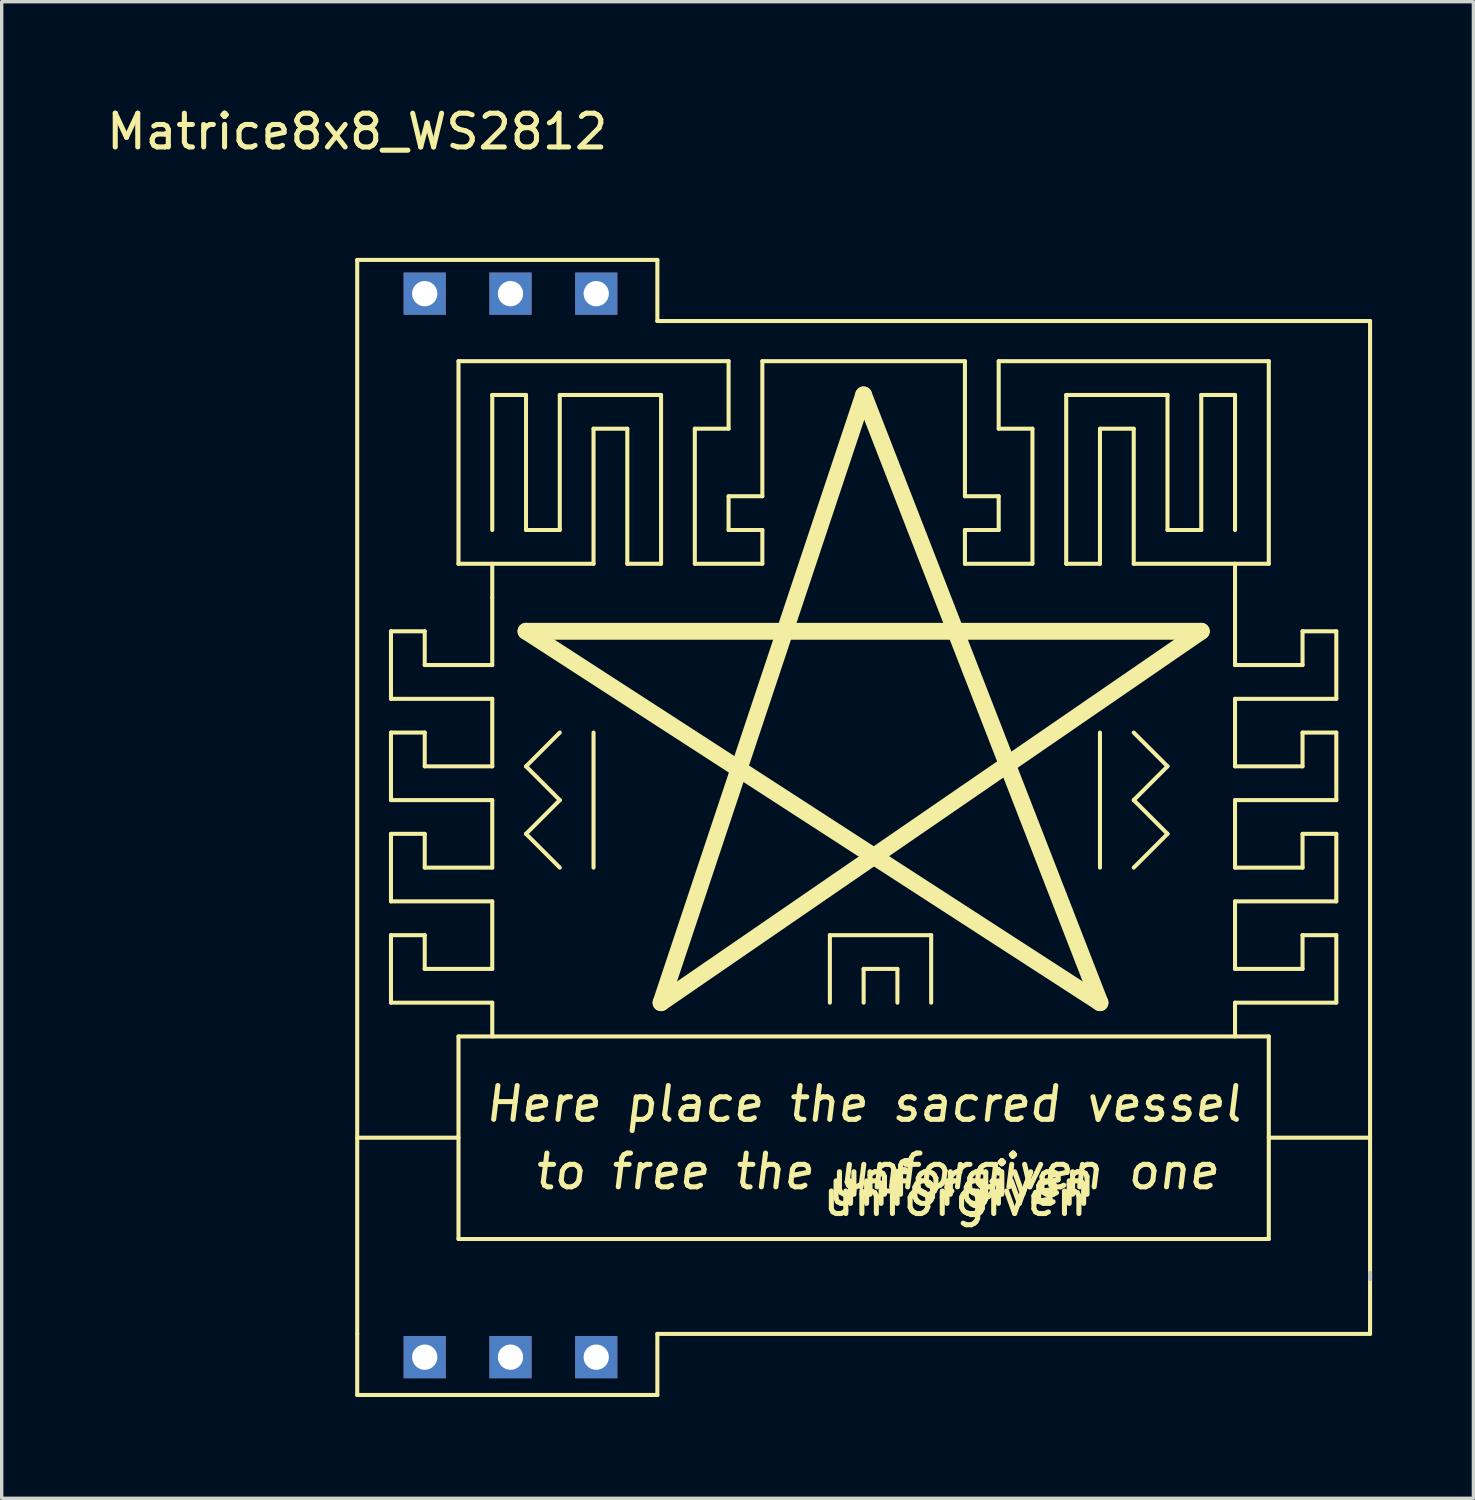
<source format=kicad_pcb>
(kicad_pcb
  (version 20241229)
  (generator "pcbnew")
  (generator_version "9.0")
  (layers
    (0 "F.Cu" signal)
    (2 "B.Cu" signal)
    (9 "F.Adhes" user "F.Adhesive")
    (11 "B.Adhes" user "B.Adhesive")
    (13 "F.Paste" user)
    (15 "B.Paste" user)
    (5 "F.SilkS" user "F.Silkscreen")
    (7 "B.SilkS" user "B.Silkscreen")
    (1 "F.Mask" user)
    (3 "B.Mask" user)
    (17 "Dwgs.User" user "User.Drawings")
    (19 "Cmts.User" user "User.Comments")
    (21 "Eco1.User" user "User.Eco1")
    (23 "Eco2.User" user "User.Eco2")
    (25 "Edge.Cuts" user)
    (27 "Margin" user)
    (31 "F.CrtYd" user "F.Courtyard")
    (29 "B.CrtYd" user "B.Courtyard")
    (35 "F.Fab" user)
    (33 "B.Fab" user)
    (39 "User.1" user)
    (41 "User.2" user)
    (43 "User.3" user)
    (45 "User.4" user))
  (footprint "Matrice8x8_WS2812"
    (layer "F.Cu")
    (at 7.53 4.548)
    (property "Reference" "Matrice8x8_WS2812" (at 0 -3.7 0) (layer "F.SilkS") (effects (font (size 1 1) (thickness 0.15))))
    (attr through_hole)
    (fp_line (start 0 0.1) (end 0 31.91) (stroke (width 0.12) (type solid)) (layer "F.SilkS"))
    (fp_line (start 0 0.1) (end 8.89 0.1) (stroke (width 0.12) (type solid)) (layer "F.SilkS"))
    (fp_line (start 0 33.72) (end 0 31.91) (stroke (width 0.12) (type solid)) (layer "F.SilkS"))
    (fp_line (start 1 11.1) (end 2 11.1) (stroke (width 0.12) (type solid)) (layer "F.SilkS"))
    (fp_line (start 1 13.1) (end 1 11.1) (stroke (width 0.12) (type solid)) (layer "F.SilkS"))
    (fp_line (start 1 14.1) (end 2 14.1) (stroke (width 0.12) (type solid)) (layer "F.SilkS"))
    (fp_line (start 1 16.1) (end 1 14.1) (stroke (width 0.12) (type solid)) (layer "F.SilkS"))
    (fp_line (start 1 17.1) (end 1 19.1) (stroke (width 0.12) (type solid)) (layer "F.SilkS"))
    (fp_line (start 1 17.1) (end 2 17.1) (stroke (width 0.12) (type solid)) (layer "F.SilkS"))
    (fp_line (start 1 20.1) (end 2 20.1) (stroke (width 0.12) (type solid)) (layer "F.SilkS"))
    (fp_line (start 1 22.1) (end 1 20.1) (stroke (width 0.12) (type solid)) (layer "F.SilkS"))
    (fp_line (start 2 11.1) (end 2 12.1) (stroke (width 0.12) (type solid)) (layer "F.SilkS"))
    (fp_line (start 2 12.1) (end 4 12.1) (stroke (width 0.12) (type solid)) (layer "F.SilkS"))
    (fp_line (start 2 14.1) (end 2 15.1) (stroke (width 0.12) (type solid)) (layer "F.SilkS"))
    (fp_line (start 2 15.1) (end 4 15.1) (stroke (width 0.12) (type solid)) (layer "F.SilkS"))
    (fp_line (start 2 17.1) (end 2 18.1) (stroke (width 0.12) (type solid)) (layer "F.SilkS"))
    (fp_line (start 2 18.1) (end 4 18.1) (stroke (width 0.12) (type solid)) (layer "F.SilkS"))
    (fp_line (start 2 20.1) (end 2 21.1) (stroke (width 0.12) (type solid)) (layer "F.SilkS"))
    (fp_line (start 2 21.1) (end 4 21.1) (stroke (width 0.12) (type solid)) (layer "F.SilkS"))
    (fp_line (start 3 3.1) (end 3 9.1) (stroke (width 0.12) (type solid)) (layer "F.SilkS"))
    (fp_line (start 3 9.1) (end 7 9.1) (stroke (width 0.12) (type solid)) (layer "F.SilkS"))
    (fp_line (start 3 23.1) (end 3 29.1) (stroke (width 0.12) (type solid)) (layer "F.SilkS"))
    (fp_line (start 3 26.1) (end 0 26.1) (stroke (width 0.12) (type solid)) (layer "F.SilkS"))
    (fp_line (start 3 29.1) (end 27 29.1) (stroke (width 0.12) (type solid)) (layer "F.SilkS"))
    (fp_line (start 4 4.1) (end 4 8.1) (stroke (width 0.12) (type solid)) (layer "F.SilkS"))
    (fp_line (start 4 10.1) (end 4 9.1) (stroke (width 0.12) (type solid)) (layer "F.SilkS"))
    (fp_line (start 4 12.1) (end 4 10.1) (stroke (width 0.12) (type solid)) (layer "F.SilkS"))
    (fp_line (start 4 13.1) (end 1 13.1) (stroke (width 0.12) (type solid)) (layer "F.SilkS"))
    (fp_line (start 4 15.1) (end 4 13.1) (stroke (width 0.12) (type solid)) (layer "F.SilkS"))
    (fp_line (start 4 16.1) (end 1 16.1) (stroke (width 0.12) (type solid)) (layer "F.SilkS"))
    (fp_line (start 4 18.1) (end 4 16.1) (stroke (width 0.12) (type solid)) (layer "F.SilkS"))
    (fp_line (start 4 19.1) (end 1 19.1) (stroke (width 0.12) (type solid)) (layer "F.SilkS"))
    (fp_line (start 4 21.1) (end 4 19.1) (stroke (width 0.12) (type solid)) (layer "F.SilkS"))
    (fp_line (start 4 22.1) (end 1 22.1) (stroke (width 0.12) (type solid)) (layer "F.SilkS"))
    (fp_line (start 4 22.1) (end 4 23.1) (stroke (width 0.12) (type solid)) (layer "F.SilkS"))
    (fp_line (start 5 4.1) (end 4 4.1) (stroke (width 0.12) (type solid)) (layer "F.SilkS"))
    (fp_line (start 5 8.1) (end 5 4.1) (stroke (width 0.12) (type solid)) (layer "F.SilkS"))
    (fp_line (start 5 11.1) (end 25 11.1) (stroke (width 0.5) (type solid)) (layer "F.SilkS"))
    (fp_line (start 5 15.1) (end 6 16.1) (stroke (width 0.12) (type solid)) (layer "F.SilkS"))
    (fp_line (start 5 17.1) (end 6 18.1) (stroke (width 0.12) (type solid)) (layer "F.SilkS"))
    (fp_line (start 6 4.1) (end 6 8.1) (stroke (width 0.12) (type solid)) (layer "F.SilkS"))
    (fp_line (start 6 8.1) (end 5 8.1) (stroke (width 0.12) (type solid)) (layer "F.SilkS"))
    (fp_line (start 6 14.1) (end 5 15.1) (stroke (width 0.12) (type solid)) (layer "F.SilkS"))
    (fp_line (start 6 16.1) (end 5 17.1) (stroke (width 0.12) (type solid)) (layer "F.SilkS"))
    (fp_line (start 7 5.1) (end 8 5.1) (stroke (width 0.12) (type solid)) (layer "F.SilkS"))
    (fp_line (start 7 9.1) (end 7 5.1) (stroke (width 0.12) (type solid)) (layer "F.SilkS"))
    (fp_line (start 7 14.1) (end 7 18.1) (stroke (width 0.12) (type solid)) (layer "F.SilkS"))
    (fp_line (start 8 5.1) (end 8 9.1) (stroke (width 0.12) (type solid)) (layer "F.SilkS"))
    (fp_line (start 8 9.1) (end 9 9.1) (stroke (width 0.12) (type solid)) (layer "F.SilkS"))
    (fp_line (start 8.89 0.1) (end 8.89 1.91) (stroke (width 0.12) (type solid)) (layer "F.SilkS"))
    (fp_line (start 8.89 1.91) (end 30 1.91) (stroke (width 0.12) (type solid)) (layer "F.SilkS"))
    (fp_line (start 8.89 33.72) (end 0 33.72) (stroke (width 0.12) (type solid)) (layer "F.SilkS"))
    (fp_line (start 8.89 33.72) (end 8.89 31.91) (stroke (width 0.12) (type solid)) (layer "F.SilkS"))
    (fp_line (start 9 4.1) (end 6 4.1) (stroke (width 0.12) (type solid)) (layer "F.SilkS"))
    (fp_line (start 9 9.1) (end 9 4.1) (stroke (width 0.12) (type solid)) (layer "F.SilkS"))
    (fp_line (start 10 5.1) (end 10 9.1) (stroke (width 0.12) (type solid)) (layer "F.SilkS"))
    (fp_line (start 10 9.1) (end 12 9.1) (stroke (width 0.12) (type solid)) (layer "F.SilkS"))
    (fp_line (start 11 3.1) (end 3 3.1) (stroke (width 0.12) (type solid)) (layer "F.SilkS"))
    (fp_line (start 11 5.1) (end 10 5.1) (stroke (width 0.12) (type solid)) (layer "F.SilkS"))
    (fp_line (start 11 5.1) (end 11 3.1) (stroke (width 0.12) (type solid)) (layer "F.SilkS"))
    (fp_line (start 11 7.1) (end 12 7.1) (stroke (width 0.12) (type solid)) (layer "F.SilkS"))
    (fp_line (start 11 8.1) (end 11 7.1) (stroke (width 0.12) (type solid)) (layer "F.SilkS"))
    (fp_line (start 12 3.1) (end 18 3.1) (stroke (width 0.12) (type solid)) (layer "F.SilkS"))
    (fp_line (start 12 7.1) (end 12 3.1) (stroke (width 0.12) (type solid)) (layer "F.SilkS"))
    (fp_line (start 12 8.1) (end 11 8.1) (stroke (width 0.12) (type solid)) (layer "F.SilkS"))
    (fp_line (start 12 9.1) (end 12 8.1) (stroke (width 0.12) (type solid)) (layer "F.SilkS"))
    (fp_line (start 14 20.1) (end 17 20.1) (stroke (width 0.12) (type solid)) (layer "F.SilkS"))
    (fp_line (start 14 22.1) (end 14 20.1) (stroke (width 0.12) (type solid)) (layer "F.SilkS"))
    (fp_line (start 15 4.1) (end 9 22.1) (stroke (width 0.5) (type solid)) (layer "F.SilkS"))
    (fp_line (start 15 21.1) (end 16 21.1) (stroke (width 0.12) (type solid)) (layer "F.SilkS"))
    (fp_line (start 15 22.1) (end 15 21.1) (stroke (width 0.12) (type solid)) (layer "F.SilkS"))
    (fp_line (start 16 21.1) (end 16 22.1) (stroke (width 0.12) (type solid)) (layer "F.SilkS"))
    (fp_line (start 17 20.1) (end 17 22.1) (stroke (width 0.12) (type solid)) (layer "F.SilkS"))
    (fp_line (start 18 3.1) (end 18 7.1) (stroke (width 0.12) (type solid)) (layer "F.SilkS"))
    (fp_line (start 18 7.1) (end 19 7.1) (stroke (width 0.12) (type solid)) (layer "F.SilkS"))
    (fp_line (start 18 8.1) (end 18 9.1) (stroke (width 0.12) (type solid)) (layer "F.SilkS"))
    (fp_line (start 18 9.1) (end 20 9.1) (stroke (width 0.12) (type solid)) (layer "F.SilkS"))
    (fp_line (start 19 3.1) (end 27 3.1) (stroke (width 0.12) (type solid)) (layer "F.SilkS"))
    (fp_line (start 19 5.1) (end 19 3.1) (stroke (width 0.12) (type solid)) (layer "F.SilkS"))
    (fp_line (start 19 7.1) (end 19 8.1) (stroke (width 0.12) (type solid)) (layer "F.SilkS"))
    (fp_line (start 19 8.1) (end 18 8.1) (stroke (width 0.12) (type solid)) (layer "F.SilkS"))
    (fp_line (start 20 5.1) (end 19 5.1) (stroke (width 0.12) (type solid)) (layer "F.SilkS"))
    (fp_line (start 20 9.1) (end 20 5.1) (stroke (width 0.12) (type solid)) (layer "F.SilkS"))
    (fp_line (start 21 4.1) (end 24 4.1) (stroke (width 0.12) (type solid)) (layer "F.SilkS"))
    (fp_line (start 21 9.1) (end 21 4.1) (stroke (width 0.12) (type solid)) (layer "F.SilkS"))
    (fp_line (start 22 5.1) (end 22 9.1) (stroke (width 0.12) (type solid)) (layer "F.SilkS"))
    (fp_line (start 22 9.1) (end 21 9.1) (stroke (width 0.12) (type solid)) (layer "F.SilkS"))
    (fp_line (start 22 14.1) (end 22 18.1) (stroke (width 0.12) (type solid)) (layer "F.SilkS"))
    (fp_line (start 22 22.1) (end 5 11.1) (stroke (width 0.5) (type solid)) (layer "F.SilkS"))
    (fp_line (start 22 22.1) (end 15 4.1) (stroke (width 0.5) (type solid)) (layer "F.SilkS"))
    (fp_line (start 23 5.1) (end 22 5.1) (stroke (width 0.12) (type solid)) (layer "F.SilkS"))
    (fp_line (start 23 9.1) (end 23 5.1) (stroke (width 0.12) (type solid)) (layer "F.SilkS"))
    (fp_line (start 23 14.1) (end 24 15.1) (stroke (width 0.12) (type solid)) (layer "F.SilkS"))
    (fp_line (start 23 16.1) (end 24 17.1) (stroke (width 0.12) (type solid)) (layer "F.SilkS"))
    (fp_line (start 24 4.1) (end 24 8.1) (stroke (width 0.12) (type solid)) (layer "F.SilkS"))
    (fp_line (start 24 8.1) (end 25 8.1) (stroke (width 0.12) (type solid)) (layer "F.SilkS"))
    (fp_line (start 24 15.1) (end 23 16.1) (stroke (width 0.12) (type solid)) (layer "F.SilkS"))
    (fp_line (start 24 17.1) (end 23 18.1) (stroke (width 0.12) (type solid)) (layer "F.SilkS"))
    (fp_line (start 25 4.1) (end 26 4.1) (stroke (width 0.12) (type solid)) (layer "F.SilkS"))
    (fp_line (start 25 8.1) (end 25 4.1) (stroke (width 0.12) (type solid)) (layer "F.SilkS"))
    (fp_line (start 25 11.1) (end 9 22.1) (stroke (width 0.5) (type solid)) (layer "F.SilkS"))
    (fp_line (start 26 4.1) (end 26 8.1) (stroke (width 0.12) (type solid)) (layer "F.SilkS"))
    (fp_line (start 26 10.1) (end 26 9.1) (stroke (width 0.12) (type solid)) (layer "F.SilkS"))
    (fp_line (start 26 12.1) (end 26 10.1) (stroke (width 0.12) (type solid)) (layer "F.SilkS"))
    (fp_line (start 26 13.1) (end 29 13.1) (stroke (width 0.12) (type solid)) (layer "F.SilkS"))
    (fp_line (start 26 15.1) (end 26 13.1) (stroke (width 0.12) (type solid)) (layer "F.SilkS"))
    (fp_line (start 26 16.1) (end 29 16.1) (stroke (width 0.12) (type solid)) (layer "F.SilkS"))
    (fp_line (start 26 18.1) (end 26 16.1) (stroke (width 0.12) (type solid)) (layer "F.SilkS"))
    (fp_line (start 26 19.1) (end 29 19.1) (stroke (width 0.12) (type solid)) (layer "F.SilkS"))
    (fp_line (start 26 21.1) (end 26 19.1) (stroke (width 0.12) (type solid)) (layer "F.SilkS"))
    (fp_line (start 26 22.1) (end 26 23.1) (stroke (width 0.12) (type solid)) (layer "F.SilkS"))
    (fp_line (start 26 22.1) (end 29 22.1) (stroke (width 0.12) (type solid)) (layer "F.SilkS"))
    (fp_line (start 27 3.1) (end 27 9.1) (stroke (width 0.12) (type solid)) (layer "F.SilkS"))
    (fp_line (start 27 9.1) (end 23 9.1) (stroke (width 0.12) (type solid)) (layer "F.SilkS"))
    (fp_line (start 27 23.1) (end 3 23.1) (stroke (width 0.12) (type solid)) (layer "F.SilkS"))
    (fp_line (start 27 26.1) (end 30 26.1) (stroke (width 0.12) (type solid)) (layer "F.SilkS"))
    (fp_line (start 27 29.1) (end 27 23.1) (stroke (width 0.12) (type solid)) (layer "F.SilkS"))
    (fp_line (start 28 11.1) (end 28 12.1) (stroke (width 0.12) (type solid)) (layer "F.SilkS"))
    (fp_line (start 28 12.1) (end 26 12.1) (stroke (width 0.12) (type solid)) (layer "F.SilkS"))
    (fp_line (start 28 14.1) (end 28 15.1) (stroke (width 0.12) (type solid)) (layer "F.SilkS"))
    (fp_line (start 28 15.1) (end 26 15.1) (stroke (width 0.12) (type solid)) (layer "F.SilkS"))
    (fp_line (start 28 17.1) (end 28 18.1) (stroke (width 0.12) (type solid)) (layer "F.SilkS"))
    (fp_line (start 28 18.1) (end 26 18.1) (stroke (width 0.12) (type solid)) (layer "F.SilkS"))
    (fp_line (start 28 20.1) (end 28 21.1) (stroke (width 0.12) (type solid)) (layer "F.SilkS"))
    (fp_line (start 28 21.1) (end 26 21.1) (stroke (width 0.12) (type solid)) (layer "F.SilkS"))
    (fp_line (start 29 11.1) (end 28 11.1) (stroke (width 0.12) (type solid)) (layer "F.SilkS"))
    (fp_line (start 29 13.1) (end 29 11.1) (stroke (width 0.12) (type solid)) (layer "F.SilkS"))
    (fp_line (start 29 14.1) (end 28 14.1) (stroke (width 0.12) (type solid)) (layer "F.SilkS"))
    (fp_line (start 29 16.1) (end 29 14.1) (stroke (width 0.12) (type solid)) (layer "F.SilkS"))
    (fp_line (start 29 17.1) (end 28 17.1) (stroke (width 0.12) (type solid)) (layer "F.SilkS"))
    (fp_line (start 29 17.1) (end 29 19.1) (stroke (width 0.12) (type solid)) (layer "F.SilkS"))
    (fp_line (start 29 20.1) (end 28 20.1) (stroke (width 0.12) (type solid)) (layer "F.SilkS"))
    (fp_line (start 29 22.1) (end 29 20.1) (stroke (width 0.12) (type solid)) (layer "F.SilkS"))
    (fp_line (start 30 1.91) (end 30 31.91) (stroke (width 0.12) (type solid)) (layer "F.SilkS"))
    (fp_line (start 30 31.91) (end 8.89 31.91) (stroke (width 0.12) (type solid)) (layer "F.SilkS"))
    (fp_line (start 30 30.1) (end 30 30.29) (stroke (width 0.12) (type solid)) (layer "Dwgs.User"))
    (fp_text user "unforgiven" (at 17.85 27.59 0) (layer "F.SilkS") (effects (font (size 1 1) (thickness 0.15))))
    (fp_text user "unforgiven" (at 17.71 27.89 0) (layer "F.SilkS") (effects (font (size 1 1) (thickness 0.15))))
    (fp_text user " to free the unforgiven one" (at 15 27.1 0) (layer "F.SilkS") (effects (font (size 1 1) (thickness 0.15) (italic yes))))
    (fp_text user "Here place the sacred vessel" (at 15 25.1 0) (layer "F.SilkS") (effects (font (size 1 1) (thickness 0.15) (italic yes))))
    (fp_text user "unforgiven" (at 17.95 27.32 0) (layer "F.SilkS") (effects (font (size 1 1) (thickness 0.15))))
    (pad "1" thru_hole rect (at 2 1.1) (size 1.25 1.25) (drill 0.75) (layers "*.Cu" "*.Mask"))
    (pad "2" thru_hole rect (at 4.54 1.1) (size 1.25 1.25) (drill 0.75) (layers "*.Cu" "*.Mask"))
    (pad "3" thru_hole rect (at 7.08 1.1) (size 1.25 1.25) (drill 0.75) (layers "*.Cu" "*.Mask"))
    (pad "4" thru_hole rect (at 2 32.6) (size 1.25 1.25) (drill 0.75) (layers "*.Cu" "*.Mask"))
    (pad "4" thru_hole rect (at 4.54 32.6) (size 1.25 1.25) (drill 0.75) (layers "*.Cu" "*.Mask"))
    (pad "4" thru_hole rect (at 7.08 32.6) (size 1.25 1.25) (drill 0.75) (layers "*.Cu" "*.Mask")))
  (gr_rect
    (start -3 -3)
    (end 40.59 41.328)
    (stroke (width 0.1) (type default))
    (fill no)
    (layer "Edge.Cuts")))
</source>
